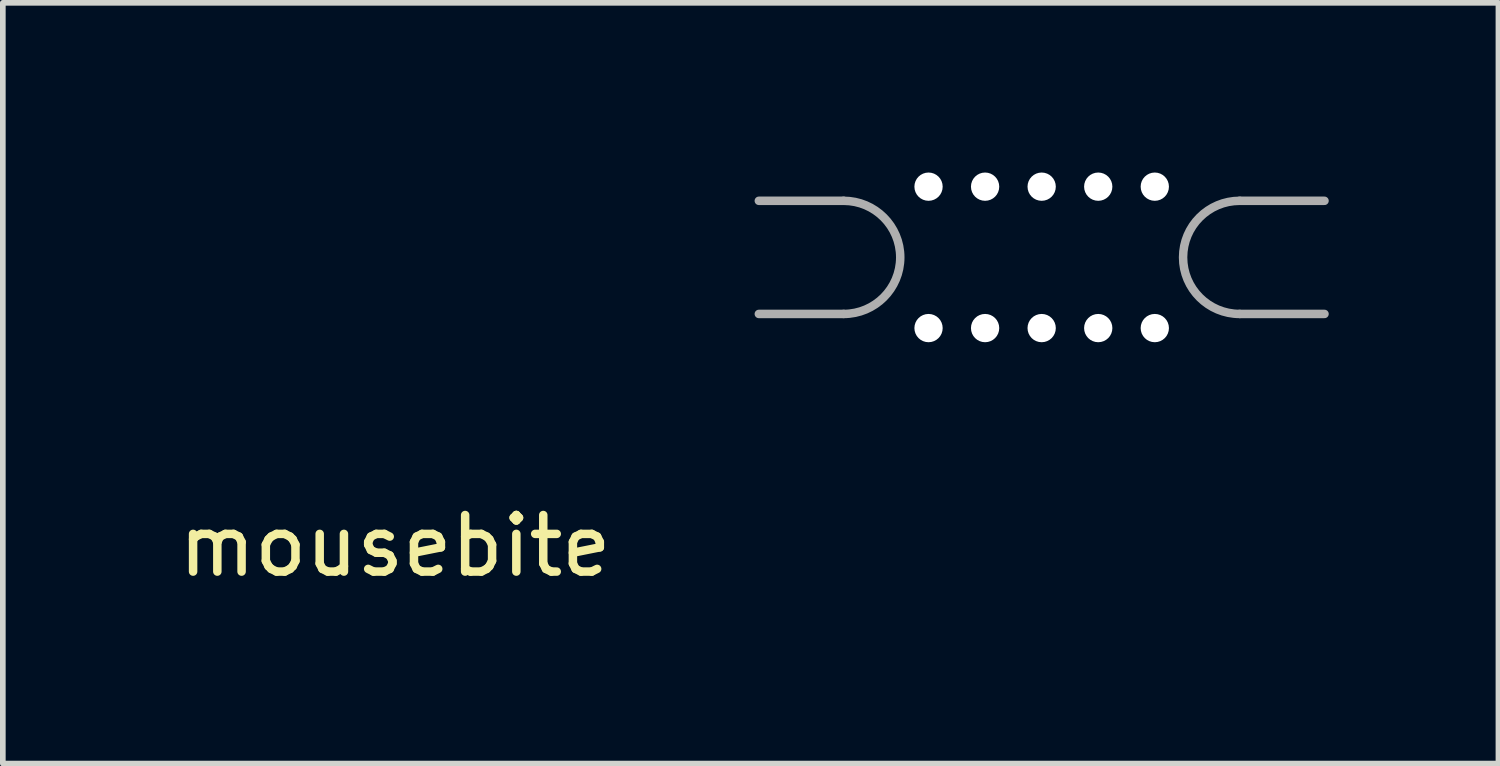
<source format=kicad_pcb>
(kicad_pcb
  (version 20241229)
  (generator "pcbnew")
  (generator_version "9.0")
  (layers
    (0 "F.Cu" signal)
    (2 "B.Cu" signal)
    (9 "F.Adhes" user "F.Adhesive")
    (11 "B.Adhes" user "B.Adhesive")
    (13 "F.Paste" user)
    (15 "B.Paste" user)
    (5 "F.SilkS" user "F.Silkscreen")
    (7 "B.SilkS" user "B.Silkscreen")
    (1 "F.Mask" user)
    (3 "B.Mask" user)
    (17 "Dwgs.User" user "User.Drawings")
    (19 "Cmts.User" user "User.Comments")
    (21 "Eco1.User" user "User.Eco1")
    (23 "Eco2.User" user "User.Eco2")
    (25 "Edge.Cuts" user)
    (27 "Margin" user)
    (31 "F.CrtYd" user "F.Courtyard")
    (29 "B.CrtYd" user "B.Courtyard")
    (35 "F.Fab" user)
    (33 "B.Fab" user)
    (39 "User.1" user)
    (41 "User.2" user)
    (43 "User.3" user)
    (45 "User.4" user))
  (footprint "mousebite"
    (layer "F.Cu")
    (at 15.365 0.25)
    (property "Reference" "mousebite" (at -11.43 6.35 0) (layer "F.SilkS") (effects (font (size 1 1) (thickness 0.15))))
    (attr through_hole)
    (fp_line (start -3.5 0.25) (end -5 0.25) (stroke (width 0.15) (type solid)) (layer "F.Fab"))
    (fp_line (start -3.5 2.25) (end -5 2.25) (stroke (width 0.15) (type solid)) (layer "F.Fab"))
    (fp_line (start 3.5 0.25) (end 5 0.25) (stroke (width 0.15) (type solid)) (layer "F.Fab"))
    (fp_line (start 3.5 2.25) (end 5 2.25) (stroke (width 0.15) (type solid)) (layer "F.Fab"))
    (fp_arc (start -3.5 0.25) (mid -2.5 1.25) (end -3.5 2.25) (stroke (width 0.15) (type solid)) (layer "F.Fab"))
    (fp_arc (start 3.5 2.25) (mid 2.5 1.25) (end 3.5 0.25) (stroke (width 0.15) (type solid)) (layer "F.Fab"))
    (pad "" np_thru_hole circle (at -2 0) (size 0.5 0.5) (drill 0.5) (layers "*.Cu" "*.Mask"))
    (pad "" np_thru_hole circle (at -2 2.5) (size 0.5 0.5) (drill 0.5) (layers "*.Cu" "*.Mask"))
    (pad "" np_thru_hole circle (at -1 0) (size 0.5 0.5) (drill 0.5) (layers "*.Cu" "*.Mask"))
    (pad "" np_thru_hole circle (at -1 2.5) (size 0.5 0.5) (drill 0.5) (layers "*.Cu" "*.Mask"))
    (pad "" np_thru_hole circle (at 0 0) (size 0.5 0.5) (drill 0.5) (layers "*.Cu" "*.Mask"))
    (pad "" np_thru_hole circle (at 0 2.5) (size 0.5 0.5) (drill 0.5) (layers "*.Cu" "*.Mask"))
    (pad "" np_thru_hole circle (at 1 0) (size 0.5 0.5) (drill 0.5) (layers "*.Cu" "*.Mask"))
    (pad "" np_thru_hole circle (at 1 2.5) (size 0.5 0.5) (drill 0.5) (layers "*.Cu" "*.Mask"))
    (pad "" np_thru_hole circle (at 2 0) (size 0.5 0.5) (drill 0.5) (layers "*.Cu" "*.Mask"))
    (pad "" np_thru_hole circle (at 2 2.5) (size 0.5 0.5) (drill 0.5) (layers "*.Cu" "*.Mask")))
  (gr_rect
    (start -3 -3)
    (end 23.44 10.448)
    (stroke (width 0.1) (type default))
    (fill no)
    (layer "Edge.Cuts")))
</source>
